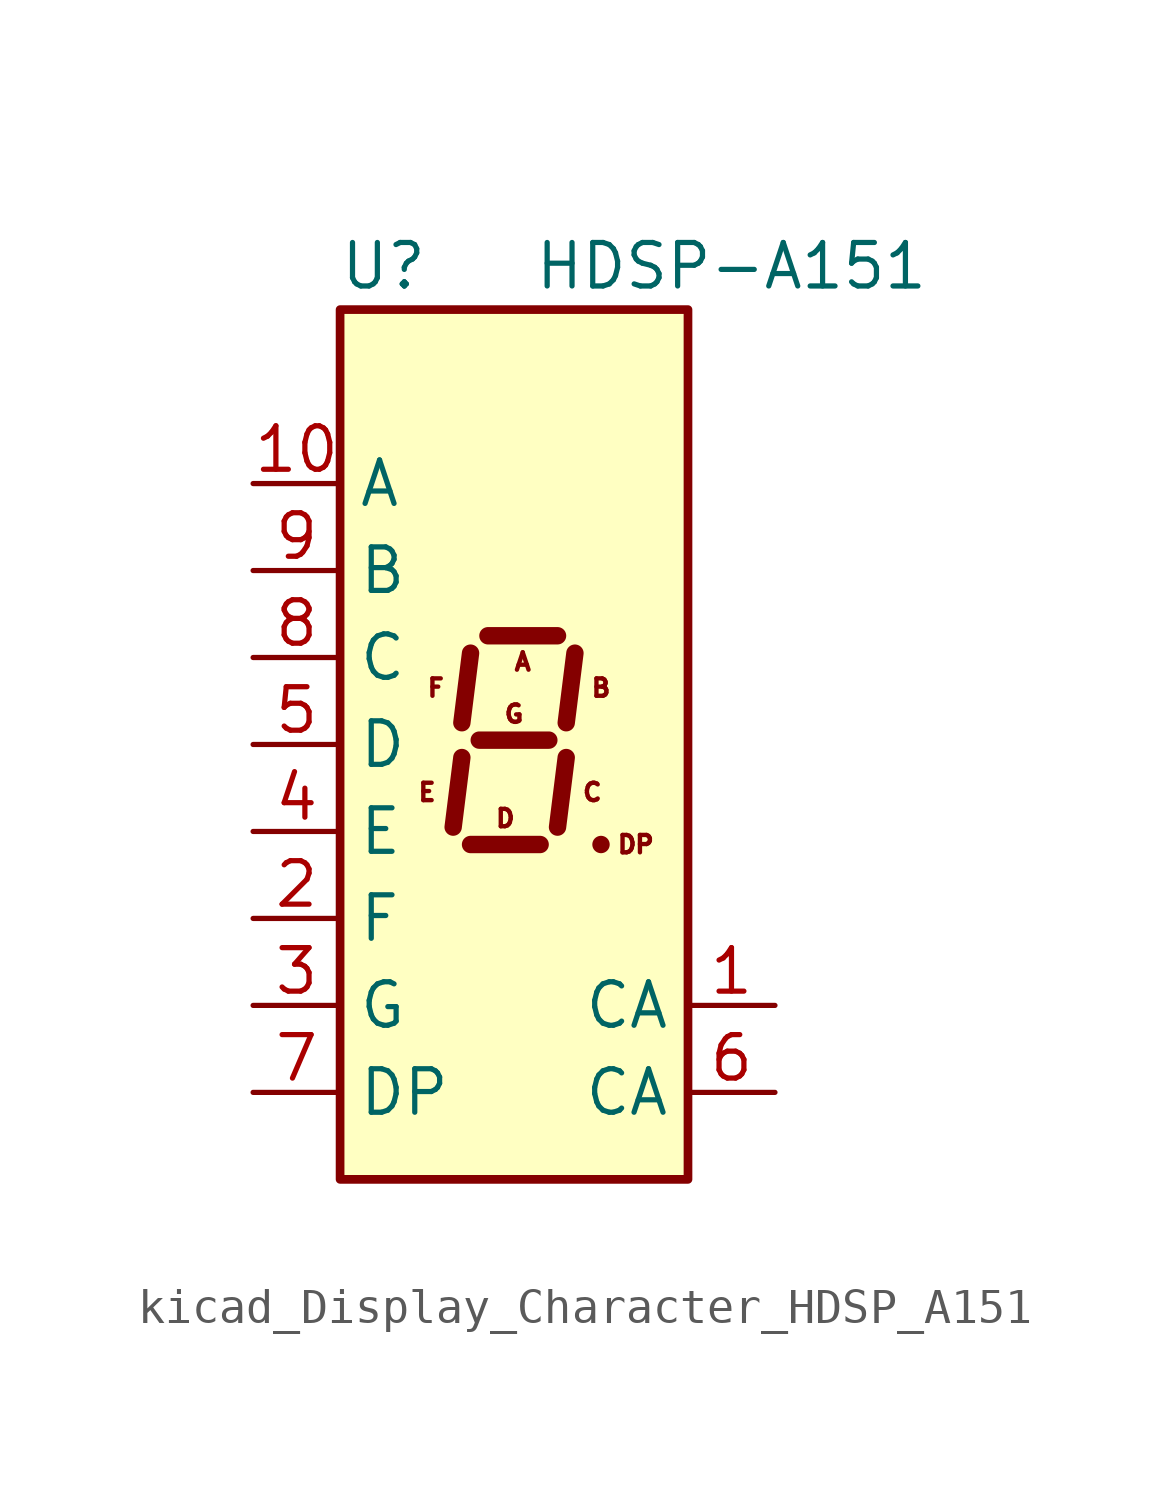
<source format=kicad_sym>
(kicad_symbol_lib
  (version 20220914)
  (generator kicad_symbol_editor)
  (symbol "kicad_Display_Character_HDSP_A151"
    (property "Reference" "U"
      (at -3.81 13.97 0)
      (effects (font (size 1.27 1.27))))
    (property "Value" "HDSP-A151"
      (at 6.35 13.97 0)
      (effects (font (size 1.27 1.27))))
    (symbol "kicad_Display_Character_HDSP_A151_1_0"
      (text "A" (at 0.254 2.413 0) (effects (font (size 0.508 0.508))))
      (text "B" (at 2.54 1.651 0) (effects (font (size 0.508 0.508))))
      (text "C" (at 2.286 -1.397 0) (effects (font (size 0.508 0.508))))
      (text "D" (at -0.254 -2.159 0) (effects (font (size 0.508 0.508))))
      (text "DP" (at 3.556 -2.921 0) (effects (font (size 0.508 0.508))))
      (text "E" (at -2.54 -1.397 0) (effects (font (size 0.508 0.508))))
      (text "F" (at -2.286 1.651 0) (effects (font (size 0.508 0.508))))
      (text "G" (at 0 0.889 0) (effects (font (size 0.508 0.508)))))
    (symbol "kicad_Display_Character_HDSP_A151_1_1"
      (rectangle (start -5.08 12.7) (end 5.08 -12.7) (stroke (width 0.254) (type default)) (fill (type background)))
      (polyline (pts (xy -1.524 -0.381) (xy -1.778 -2.413)) (stroke (width 0.508) (type default)) (fill (type none)))
      (polyline (pts (xy -1.27 -2.921) (xy 0.762 -2.921)) (stroke (width 0.508) (type default)) (fill (type none)))
      (polyline (pts (xy -1.27 2.667) (xy -1.524 0.635)) (stroke (width 0.508) (type default)) (fill (type none)))
      (polyline (pts (xy -1.016 0.127) (xy 1.016 0.127)) (stroke (width 0.508) (type default)) (fill (type none)))
      (polyline (pts (xy -0.762 3.175) (xy 1.27 3.175)) (stroke (width 0.508) (type default)) (fill (type none)))
      (polyline (pts (xy 1.524 -0.381) (xy 1.27 -2.413)) (stroke (width 0.508) (type default)) (fill (type none)))
      (polyline (pts (xy 1.778 2.667) (xy 1.524 0.635)) (stroke (width 0.508) (type default)) (fill (type none)))
      (polyline (pts (xy 2.54 -2.921) (xy 2.54 -2.921)) (stroke (width 0.508) (type default)) (fill (type none)))
      (pin input line (at 7.62 -7.62 180) (length 2.54) (name "CA" (effects (font (size 1.27 1.27)))) (number "1" (effects (font (size 1.27 1.27)))))
      (pin input line (at -7.62 7.62 0) (length 2.54) (name "A" (effects (font (size 1.27 1.27)))) (number "10" (effects (font (size 1.27 1.27)))))
      (pin input line (at -7.62 -5.08 0) (length 2.54) (name "F" (effects (font (size 1.27 1.27)))) (number "2" (effects (font (size 1.27 1.27)))))
      (pin input line (at -7.62 -7.62 0) (length 2.54) (name "G" (effects (font (size 1.27 1.27)))) (number "3" (effects (font (size 1.27 1.27)))))
      (pin input line (at -7.62 -2.54 0) (length 2.54) (name "E" (effects (font (size 1.27 1.27)))) (number "4" (effects (font (size 1.27 1.27)))))
      (pin input line (at -7.62 0 0) (length 2.54) (name "D" (effects (font (size 1.27 1.27)))) (number "5" (effects (font (size 1.27 1.27)))))
      (pin input line (at 7.62 -10.16 180) (length 2.54) (name "CA" (effects (font (size 1.27 1.27)))) (number "6" (effects (font (size 1.27 1.27)))))
      (pin input line (at -7.62 -10.16 0) (length 2.54) (name "DP" (effects (font (size 1.27 1.27)))) (number "7" (effects (font (size 1.27 1.27)))))
      (pin input line (at -7.62 2.54 0) (length 2.54) (name "C" (effects (font (size 1.27 1.27)))) (number "8" (effects (font (size 1.27 1.27)))))
      (pin input line (at -7.62 5.08 0) (length 2.54) (name "B" (effects (font (size 1.27 1.27)))) (number "9" (effects (font (size 1.27 1.27))))))))
</source>
